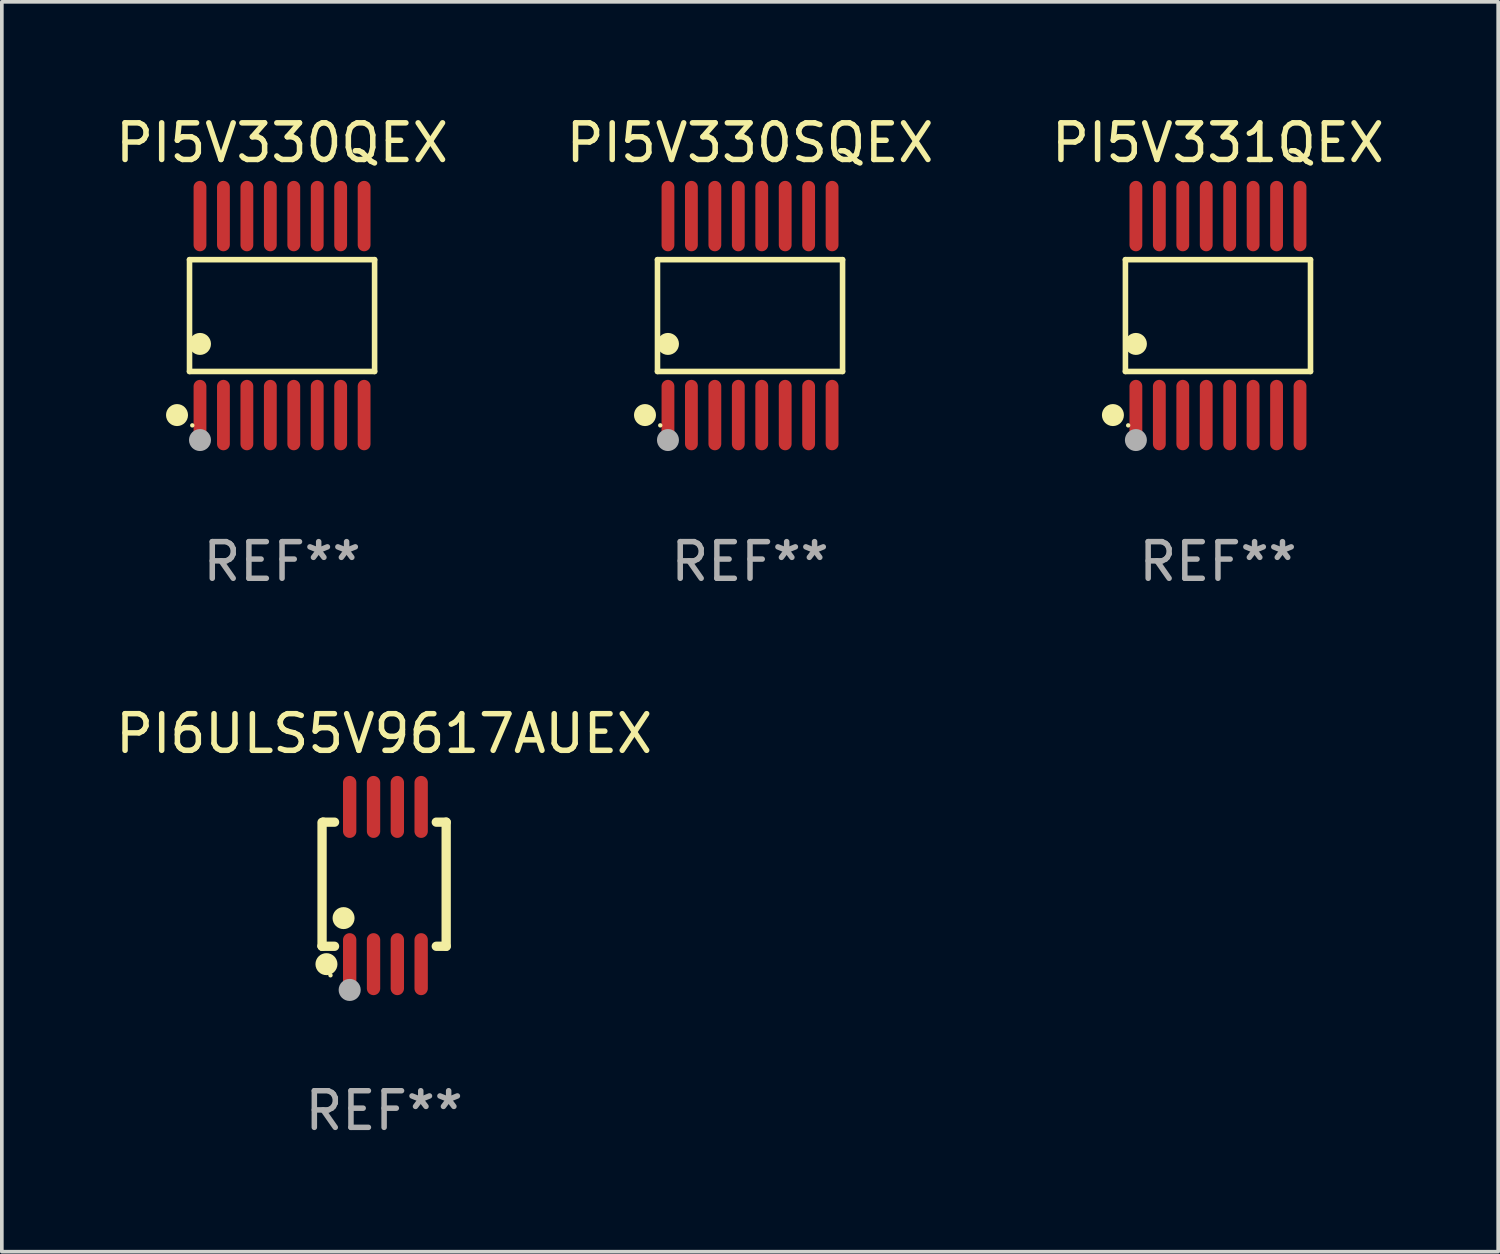
<source format=kicad_pcb>
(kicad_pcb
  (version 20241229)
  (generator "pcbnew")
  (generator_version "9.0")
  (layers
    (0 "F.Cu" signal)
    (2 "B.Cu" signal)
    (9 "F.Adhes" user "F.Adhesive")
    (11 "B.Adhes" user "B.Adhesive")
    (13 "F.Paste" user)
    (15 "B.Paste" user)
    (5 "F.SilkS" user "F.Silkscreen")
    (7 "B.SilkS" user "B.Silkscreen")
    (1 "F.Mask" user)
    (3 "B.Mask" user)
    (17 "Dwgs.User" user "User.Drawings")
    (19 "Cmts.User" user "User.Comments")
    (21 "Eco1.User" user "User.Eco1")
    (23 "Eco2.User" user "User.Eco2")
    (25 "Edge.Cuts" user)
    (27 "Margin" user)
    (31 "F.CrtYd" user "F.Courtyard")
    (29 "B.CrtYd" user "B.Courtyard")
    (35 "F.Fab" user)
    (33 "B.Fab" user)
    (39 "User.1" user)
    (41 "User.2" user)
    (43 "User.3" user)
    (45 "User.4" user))
  (footprint "PI5V331QEX"
    (layer "F.Cu")
    (at 30.196 5.564)
    (property "Reference" "PI5V331QEX" (at 0 -4.716 0) (layer "F.SilkS") (effects (font (size 1 1) (thickness 0.15))))
    (attr through_hole)
    (fp_line (start -2.526 -1.526) (end 2.526 -1.526) (stroke (width 0.152) (type solid)) (layer "F.SilkS"))
    (fp_line (start -2.526 1.526) (end -2.526 -1.526) (stroke (width 0.152) (type solid)) (layer "F.SilkS"))
    (fp_line (start 2.526 -1.526) (end 2.526 1.526) (stroke (width 0.152) (type solid)) (layer "F.SilkS"))
    (fp_line (start 2.526 1.526) (end -2.526 1.526) (stroke (width 0.152) (type solid)) (layer "F.SilkS"))
    (fp_circle (center -2.867 2.716) (end -2.717 2.716) (stroke (width 0.3) (type solid)) (fill no) (layer "F.SilkS"))
    (fp_circle (center -2.45 2.997) (end -2.42 2.997) (stroke (width 0.06) (type solid)) (fill no) (layer "F.SilkS"))
    (fp_circle (center -2.24 0.774) (end -2.09 0.774) (stroke (width 0.3) (type solid)) (fill no) (layer "F.SilkS"))
    (fp_circle (center -2.24 3.398) (end -2.09 3.398) (stroke (width 0.3) (type solid)) (fill no) (layer "F.Fab"))
    (fp_text user "REF**" (at 0 6.716 0) (layer "F.Fab") (effects (font (size 1 1) (thickness 0.15))))
    (pad "1" smd oval (at -2.24 2.716) (size 0.35 1.922) (layers "F.Cu" "F.Mask" "F.Paste"))
    (pad "2" smd oval (at -1.6 2.716) (size 0.35 1.922) (layers "F.Cu" "F.Mask" "F.Paste"))
    (pad "3" smd oval (at -0.96 2.716) (size 0.35 1.922) (layers "F.Cu" "F.Mask" "F.Paste"))
    (pad "4" smd oval (at -0.32 2.716) (size 0.35 1.922) (layers "F.Cu" "F.Mask" "F.Paste"))
    (pad "5" smd oval (at 0.32 2.716) (size 0.35 1.922) (layers "F.Cu" "F.Mask" "F.Paste"))
    (pad "6" smd oval (at 0.96 2.716) (size 0.35 1.922) (layers "F.Cu" "F.Mask" "F.Paste"))
    (pad "7" smd oval (at 1.6 2.716) (size 0.35 1.922) (layers "F.Cu" "F.Mask" "F.Paste"))
    (pad "8" smd oval (at 2.24 2.716) (size 0.35 1.922) (layers "F.Cu" "F.Mask" "F.Paste"))
    (pad "9" smd oval (at 2.24 -2.716) (size 0.35 1.922) (layers "F.Cu" "F.Mask" "F.Paste"))
    (pad "10" smd oval (at 1.6 -2.716) (size 0.35 1.922) (layers "F.Cu" "F.Mask" "F.Paste"))
    (pad "11" smd oval (at 0.96 -2.716) (size 0.35 1.922) (layers "F.Cu" "F.Mask" "F.Paste"))
    (pad "12" smd oval (at 0.32 -2.716) (size 0.35 1.922) (layers "F.Cu" "F.Mask" "F.Paste"))
    (pad "13" smd oval (at -0.32 -2.716) (size 0.35 1.922) (layers "F.Cu" "F.Mask" "F.Paste"))
    (pad "14" smd oval (at -0.96 -2.716) (size 0.35 1.922) (layers "F.Cu" "F.Mask" "F.Paste"))
    (pad "15" smd oval (at -1.6 -2.716) (size 0.35 1.922) (layers "F.Cu" "F.Mask" "F.Paste"))
    (pad "16" smd oval (at -2.24 -2.716) (size 0.35 1.922) (layers "F.Cu" "F.Mask" "F.Paste")))
  (footprint "PI5V330SQEX"
    (layer "F.Cu")
    (at 17.423 5.564)
    (property "Reference" "PI5V330SQEX" (at 0 -4.716 0) (layer "F.SilkS") (effects (font (size 1 1) (thickness 0.15))))
    (attr through_hole)
    (fp_line (start -2.526 -1.526) (end 2.526 -1.526) (stroke (width 0.152) (type solid)) (layer "F.SilkS"))
    (fp_line (start -2.526 1.526) (end -2.526 -1.526) (stroke (width 0.152) (type solid)) (layer "F.SilkS"))
    (fp_line (start 2.526 -1.526) (end 2.526 1.526) (stroke (width 0.152) (type solid)) (layer "F.SilkS"))
    (fp_line (start 2.526 1.526) (end -2.526 1.526) (stroke (width 0.152) (type solid)) (layer "F.SilkS"))
    (fp_circle (center -2.867 2.716) (end -2.717 2.716) (stroke (width 0.3) (type solid)) (fill no) (layer "F.SilkS"))
    (fp_circle (center -2.45 2.997) (end -2.42 2.997) (stroke (width 0.06) (type solid)) (fill no) (layer "F.SilkS"))
    (fp_circle (center -2.24 0.774) (end -2.09 0.774) (stroke (width 0.3) (type solid)) (fill no) (layer "F.SilkS"))
    (fp_circle (center -2.24 3.398) (end -2.09 3.398) (stroke (width 0.3) (type solid)) (fill no) (layer "F.Fab"))
    (fp_text user "REF**" (at 0 6.716 0) (layer "F.Fab") (effects (font (size 1 1) (thickness 0.15))))
    (pad "1" smd oval (at -2.24 2.716) (size 0.35 1.922) (layers "F.Cu" "F.Mask" "F.Paste"))
    (pad "2" smd oval (at -1.6 2.716) (size 0.35 1.922) (layers "F.Cu" "F.Mask" "F.Paste"))
    (pad "3" smd oval (at -0.96 2.716) (size 0.35 1.922) (layers "F.Cu" "F.Mask" "F.Paste"))
    (pad "4" smd oval (at -0.32 2.716) (size 0.35 1.922) (layers "F.Cu" "F.Mask" "F.Paste"))
    (pad "5" smd oval (at 0.32 2.716) (size 0.35 1.922) (layers "F.Cu" "F.Mask" "F.Paste"))
    (pad "6" smd oval (at 0.96 2.716) (size 0.35 1.922) (layers "F.Cu" "F.Mask" "F.Paste"))
    (pad "7" smd oval (at 1.6 2.716) (size 0.35 1.922) (layers "F.Cu" "F.Mask" "F.Paste"))
    (pad "8" smd oval (at 2.24 2.716) (size 0.35 1.922) (layers "F.Cu" "F.Mask" "F.Paste"))
    (pad "9" smd oval (at 2.24 -2.716) (size 0.35 1.922) (layers "F.Cu" "F.Mask" "F.Paste"))
    (pad "10" smd oval (at 1.6 -2.716) (size 0.35 1.922) (layers "F.Cu" "F.Mask" "F.Paste"))
    (pad "11" smd oval (at 0.96 -2.716) (size 0.35 1.922) (layers "F.Cu" "F.Mask" "F.Paste"))
    (pad "12" smd oval (at 0.32 -2.716) (size 0.35 1.922) (layers "F.Cu" "F.Mask" "F.Paste"))
    (pad "13" smd oval (at -0.32 -2.716) (size 0.35 1.922) (layers "F.Cu" "F.Mask" "F.Paste"))
    (pad "14" smd oval (at -0.96 -2.716) (size 0.35 1.922) (layers "F.Cu" "F.Mask" "F.Paste"))
    (pad "15" smd oval (at -1.6 -2.716) (size 0.35 1.922) (layers "F.Cu" "F.Mask" "F.Paste"))
    (pad "16" smd oval (at -2.24 -2.716) (size 0.35 1.922) (layers "F.Cu" "F.Mask" "F.Paste")))
  (footprint "PI6ULS5V9617AUEX"
    (layer "F.Cu")
    (at 7.435 21.122)
    (property "Reference" "PI6ULS5V9617AUEX" (at 0 -4.146 0) (layer "F.SilkS") (effects (font (size 1 1) (thickness 0.15))))
    (attr through_hole)
    (fp_line (start -1.694 -1.724) (end -1.694 1.652) (stroke (width 0.254) (type solid)) (layer "F.SilkS"))
    (fp_line (start -1.694 1.652) (end -1.688 1.658) (stroke (width 0.254) (type solid)) (layer "F.SilkS"))
    (fp_line (start -1.688 1.658) (end -1.353 1.658) (stroke (width 0.254) (type solid)) (layer "F.SilkS"))
    (fp_line (start -1.661 -1.73) (end -1.681 -1.71) (stroke (width 0.254) (type solid)) (layer "F.SilkS"))
    (fp_line (start -1.353 -1.73) (end -1.661 -1.73) (stroke (width 0.254) (type solid)) (layer "F.SilkS"))
    (fp_line (start 1.424 1.658) (end 1.694 1.658) (stroke (width 0.254) (type solid)) (layer "F.SilkS"))
    (fp_line (start 1.694 -1.73) (end 1.424 -1.73) (stroke (width 0.254) (type solid)) (layer "F.SilkS"))
    (fp_line (start 1.694 1.658) (end 1.694 -1.73) (stroke (width 0.254) (type solid)) (layer "F.SilkS"))
    (fp_circle (center -1.574 2.146) (end -1.424 2.146) (stroke (width 0.3) (type solid)) (fill no) (layer "F.SilkS"))
    (fp_circle (center -1.464 2.45) (end -1.434 2.45) (stroke (width 0.06) (type solid)) (fill no) (layer "F.SilkS"))
    (fp_circle (center -1.107 0.889) (end -0.957 0.889) (stroke (width 0.3) (type solid)) (fill no) (layer "F.SilkS"))
    (fp_circle (center -0.94 2.85) (end -0.789 2.85) (stroke (width 0.3) (type solid)) (fill no) (layer "F.Fab"))
    (fp_text user "REF**" (at 0 6.146 0) (layer "F.Fab") (effects (font (size 1 1) (thickness 0.15))))
    (pad "1" smd oval (at -0.94 2.146) (size 0.364 1.692) (layers "F.Cu" "F.Mask" "F.Paste"))
    (pad "2" smd oval (at -0.289 2.146) (size 0.364 1.692) (layers "F.Cu" "F.Mask" "F.Paste"))
    (pad "3" smd oval (at 0.361 2.146) (size 0.364 1.692) (layers "F.Cu" "F.Mask" "F.Paste"))
    (pad "4" smd oval (at 1.011 2.146) (size 0.364 1.692) (layers "F.Cu" "F.Mask" "F.Paste"))
    (pad "5" smd oval (at 1.011 -2.146) (size 0.364 1.692) (layers "F.Cu" "F.Mask" "F.Paste"))
    (pad "6" smd oval (at 0.361 -2.146) (size 0.364 1.692) (layers "F.Cu" "F.Mask" "F.Paste"))
    (pad "7" smd oval (at -0.289 -2.146) (size 0.364 1.692) (layers "F.Cu" "F.Mask" "F.Paste"))
    (pad "8" smd oval (at -0.94 -2.146) (size 0.364 1.692) (layers "F.Cu" "F.Mask" "F.Paste")))
  (footprint "PI5V330QEX"
    (layer "F.Cu")
    (at 4.649 5.564)
    (property "Reference" "PI5V330QEX" (at 0 -4.716 0) (layer "F.SilkS") (effects (font (size 1 1) (thickness 0.15))))
    (attr through_hole)
    (fp_line (start -2.526 -1.526) (end 2.526 -1.526) (stroke (width 0.152) (type solid)) (layer "F.SilkS"))
    (fp_line (start -2.526 1.526) (end -2.526 -1.526) (stroke (width 0.152) (type solid)) (layer "F.SilkS"))
    (fp_line (start 2.526 -1.526) (end 2.526 1.526) (stroke (width 0.152) (type solid)) (layer "F.SilkS"))
    (fp_line (start 2.526 1.526) (end -2.526 1.526) (stroke (width 0.152) (type solid)) (layer "F.SilkS"))
    (fp_circle (center -2.867 2.716) (end -2.717 2.716) (stroke (width 0.3) (type solid)) (fill no) (layer "F.SilkS"))
    (fp_circle (center -2.45 2.997) (end -2.42 2.997) (stroke (width 0.06) (type solid)) (fill no) (layer "F.SilkS"))
    (fp_circle (center -2.24 0.774) (end -2.09 0.774) (stroke (width 0.3) (type solid)) (fill no) (layer "F.SilkS"))
    (fp_circle (center -2.24 3.398) (end -2.09 3.398) (stroke (width 0.3) (type solid)) (fill no) (layer "F.Fab"))
    (fp_text user "REF**" (at 0 6.716 0) (layer "F.Fab") (effects (font (size 1 1) (thickness 0.15))))
    (pad "1" smd oval (at -2.24 2.716) (size 0.35 1.922) (layers "F.Cu" "F.Mask" "F.Paste"))
    (pad "2" smd oval (at -1.6 2.716) (size 0.35 1.922) (layers "F.Cu" "F.Mask" "F.Paste"))
    (pad "3" smd oval (at -0.96 2.716) (size 0.35 1.922) (layers "F.Cu" "F.Mask" "F.Paste"))
    (pad "4" smd oval (at -0.32 2.716) (size 0.35 1.922) (layers "F.Cu" "F.Mask" "F.Paste"))
    (pad "5" smd oval (at 0.32 2.716) (size 0.35 1.922) (layers "F.Cu" "F.Mask" "F.Paste"))
    (pad "6" smd oval (at 0.96 2.716) (size 0.35 1.922) (layers "F.Cu" "F.Mask" "F.Paste"))
    (pad "7" smd oval (at 1.6 2.716) (size 0.35 1.922) (layers "F.Cu" "F.Mask" "F.Paste"))
    (pad "8" smd oval (at 2.24 2.716) (size 0.35 1.922) (layers "F.Cu" "F.Mask" "F.Paste"))
    (pad "9" smd oval (at 2.24 -2.716) (size 0.35 1.922) (layers "F.Cu" "F.Mask" "F.Paste"))
    (pad "10" smd oval (at 1.6 -2.716) (size 0.35 1.922) (layers "F.Cu" "F.Mask" "F.Paste"))
    (pad "11" smd oval (at 0.96 -2.716) (size 0.35 1.922) (layers "F.Cu" "F.Mask" "F.Paste"))
    (pad "12" smd oval (at 0.32 -2.716) (size 0.35 1.922) (layers "F.Cu" "F.Mask" "F.Paste"))
    (pad "13" smd oval (at -0.32 -2.716) (size 0.35 1.922) (layers "F.Cu" "F.Mask" "F.Paste"))
    (pad "14" smd oval (at -0.96 -2.716) (size 0.35 1.922) (layers "F.Cu" "F.Mask" "F.Paste"))
    (pad "15" smd oval (at -1.6 -2.716) (size 0.35 1.922) (layers "F.Cu" "F.Mask" "F.Paste"))
    (pad "16" smd oval (at -2.24 -2.716) (size 0.35 1.922) (layers "F.Cu" "F.Mask" "F.Paste")))
  (gr_rect
    (start -3 -3)
    (end 37.845 31.117)
    (stroke (width 0.1) (type default))
    (fill no)
    (layer "Edge.Cuts")))
</source>
